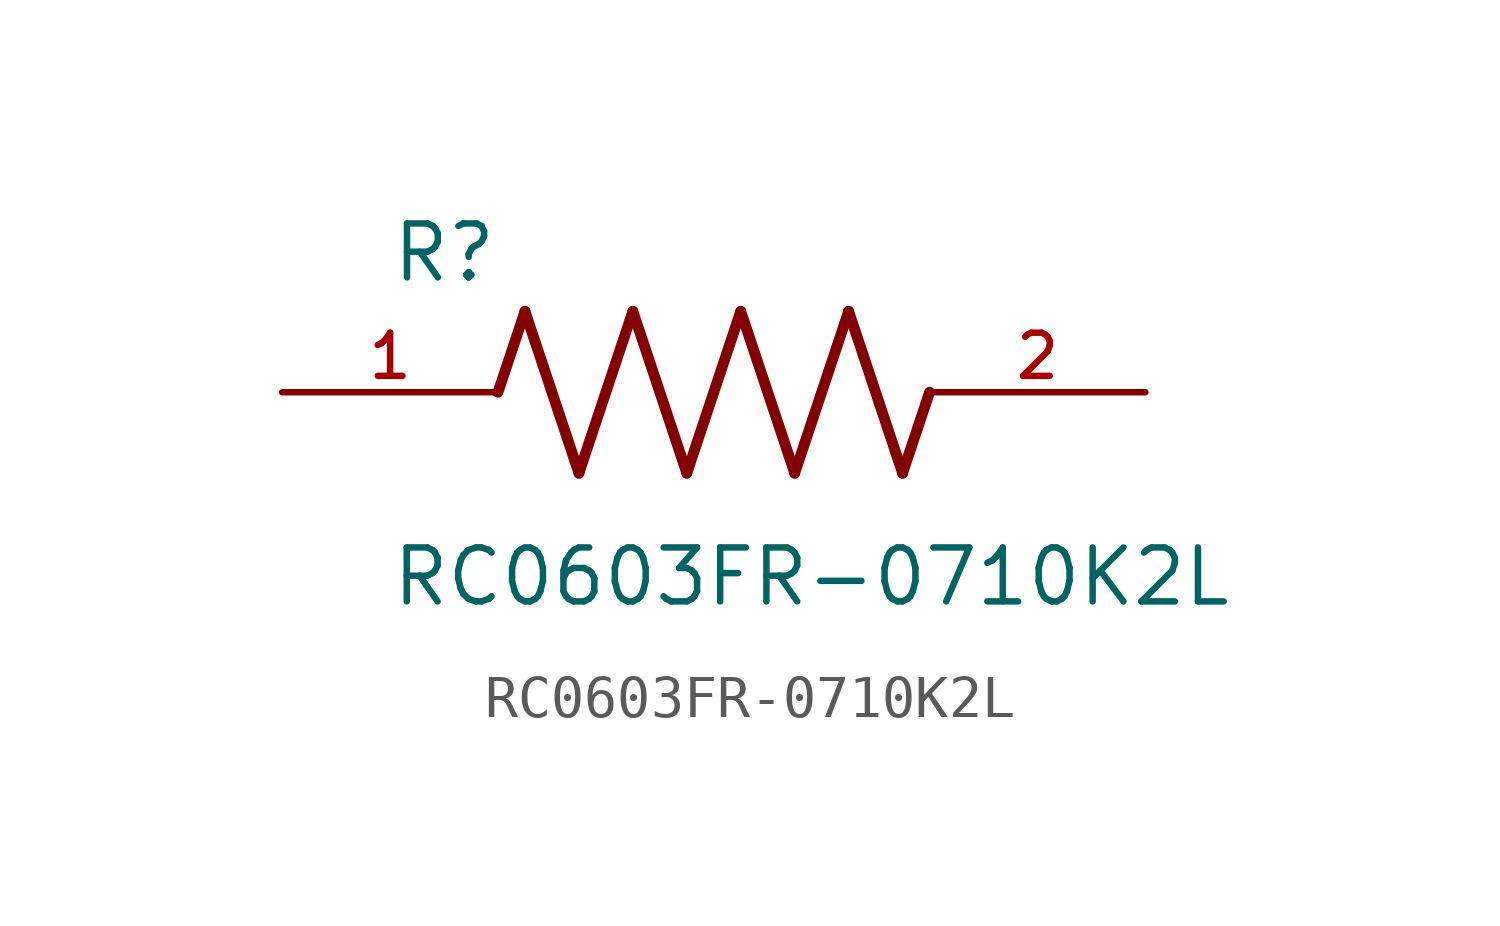
<source format=kicad_sym>
(kicad_symbol_lib
  (version 20211014)
  (generator kicad_symbol_editor)
  (symbol "RC0603FR-0710K2L"
    (pin_names
      (offset 1.016))
    (property "Reference" "R"
      (at -7.624 2.541 0)
      (effects (font (size 1.27 1.27)) (justify bottom left)))
    (property "Value" "RC0603FR-0710K2L"
      (at -7.63 -5.087 0)
      (effects (font (size 1.27 1.27)) (justify bottom left)))
    (symbol "RC0603FR-0710K2L_0_0"
      (polyline (pts (xy -5.08 0.0) (xy -4.445 1.905)) (stroke (width 0.254)))
      (polyline (pts (xy -4.445 1.905) (xy -3.175 -1.905)) (stroke (width 0.254)))
      (polyline (pts (xy -3.175 -1.905) (xy -1.905 1.905)) (stroke (width 0.254)))
      (polyline (pts (xy -1.905 1.905) (xy -0.635 -1.905)) (stroke (width 0.254)))
      (polyline (pts (xy -0.635 -1.905) (xy 0.635 1.905)) (stroke (width 0.254)))
      (polyline (pts (xy 0.635 1.905) (xy 1.905 -1.905)) (stroke (width 0.254)))
      (polyline (pts (xy 1.905 -1.905) (xy 3.175 1.905)) (stroke (width 0.254)))
      (polyline (pts (xy 3.175 1.905) (xy 4.445 -1.905)) (stroke (width 0.254)))
      (polyline (pts (xy 4.445 -1.905) (xy 5.08 0.0)) (stroke (width 0.254)))
      (pin passive line (at -10.16 0.0 0) (length 5.08) (name "~" (effects (font (size 1.016 1.016)))) (number "1" (effects (font (size 1.016 1.016)))))
      (pin passive line (at 10.16 0.0 180.0) (length 5.08) (name "~" (effects (font (size 1.016 1.016)))) (number "2" (effects (font (size 1.016 1.016))))))))
</source>
